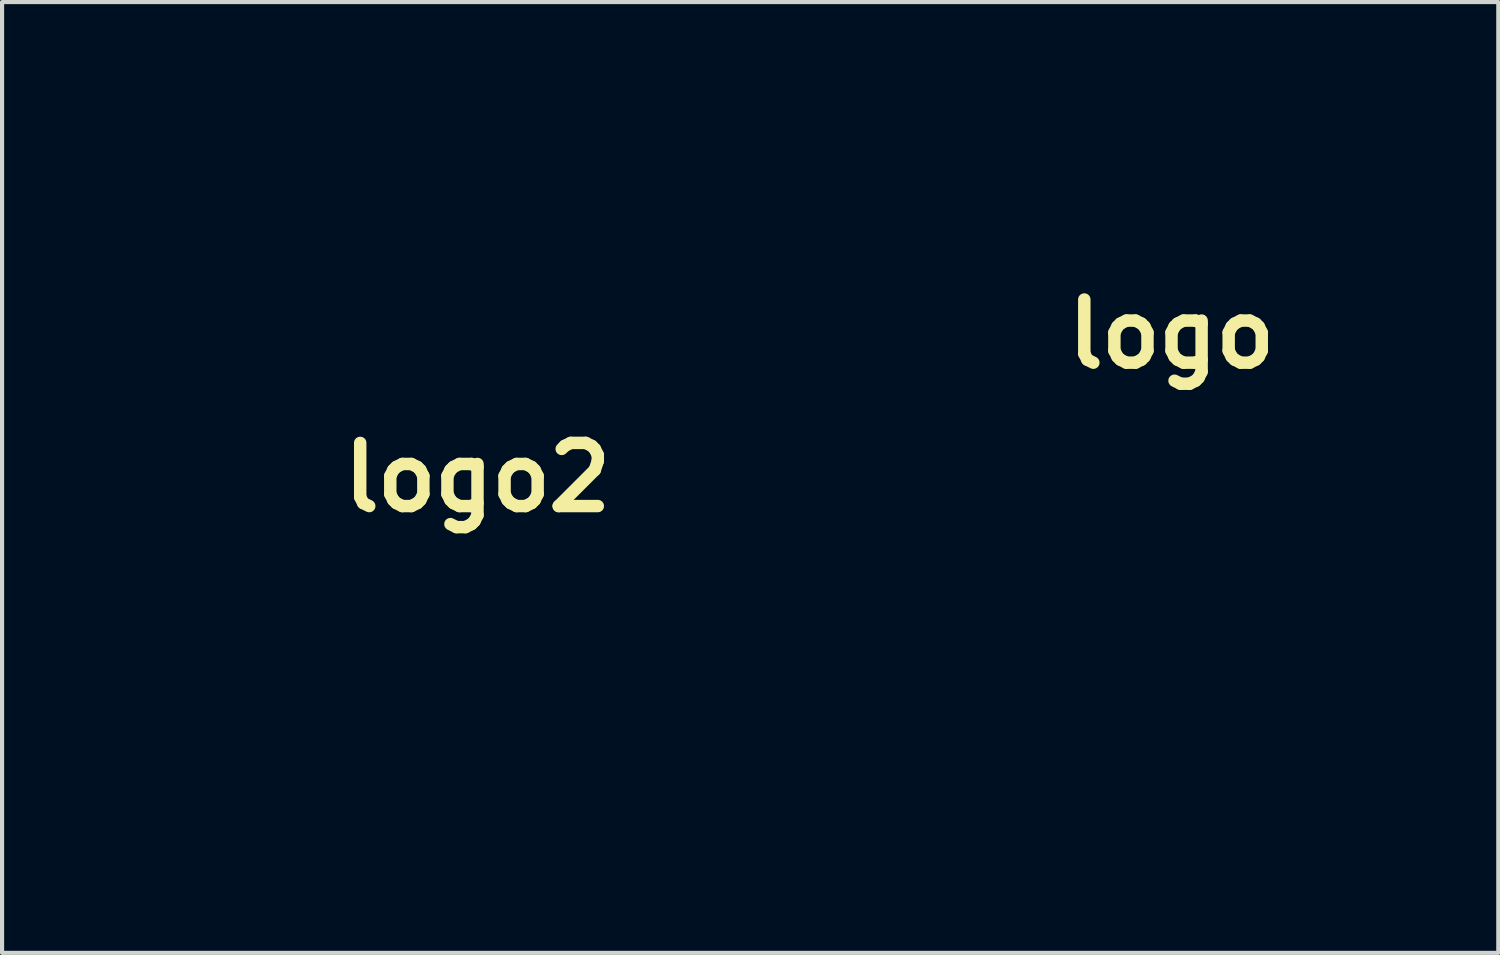
<source format=kicad_pcb>
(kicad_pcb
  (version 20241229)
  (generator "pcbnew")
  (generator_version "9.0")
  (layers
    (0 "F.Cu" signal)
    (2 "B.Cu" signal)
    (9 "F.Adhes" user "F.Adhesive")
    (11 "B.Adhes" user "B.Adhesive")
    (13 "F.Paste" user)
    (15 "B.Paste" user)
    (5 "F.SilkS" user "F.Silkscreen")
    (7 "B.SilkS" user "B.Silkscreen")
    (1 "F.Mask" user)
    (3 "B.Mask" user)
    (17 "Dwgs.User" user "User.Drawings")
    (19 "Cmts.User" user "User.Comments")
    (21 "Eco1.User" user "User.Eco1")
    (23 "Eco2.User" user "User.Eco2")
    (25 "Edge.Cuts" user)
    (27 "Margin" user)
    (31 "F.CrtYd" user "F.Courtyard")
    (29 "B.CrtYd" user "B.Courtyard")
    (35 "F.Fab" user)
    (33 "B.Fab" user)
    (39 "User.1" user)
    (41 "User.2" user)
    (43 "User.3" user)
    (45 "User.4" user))
  (footprint "logo2"
    (layer "F.Cu")
    (at 8.472 8.472)
    (property "Reference" "logo2" (at 0 0 0) (layer "F.SilkS") (effects (font (size 1.524 1.524) (thickness 0.3))))
    (attr through_hole)
    (fp_poly (pts (xy 0.448 -2.635) (xy 1.042 -2.424) (xy 1.588 -2.068) (xy 1.639 -2.025) (xy 1.957 -1.677) (xy 2.24 -1.242) (xy 2.298 -1.132) (xy 2.523 -0.494) (xy 2.588 0.158) (xy 2.496 0.799) (xy 2.252 1.403) (xy 1.86 1.946) (xy 1.778 2.032) (xy 1.486 2.278) (xy 1.142 2.505) (xy 0.973 2.593) (xy 0.562 2.733) (xy 0.086 2.822) (xy -0.386 2.85) (xy -0.783 2.811) (xy -0.814 2.804) (xy -1.427 2.562) (xy -1.976 2.184) (xy -2.43 1.698) (xy -2.758 1.131) (xy -2.798 1.033) (xy -2.931 0.475) (xy -2.947 -0.138) (xy -2.85 -0.738) (xy -2.703 -1.143) (xy -2.354 -1.694) (xy -1.9 -2.131) (xy -1.368 -2.449) (xy -0.782 -2.643) (xy -0.168 -2.706) (xy 0.448 -2.635)) (stroke (width 0.01) (type solid)) (fill no) (layer "Eco2.User"))
    (fp_poly (pts (xy 8.467 8.467) (xy -8.467 8.467) (xy -8.467 0.043) (xy -5.27 0.043) (xy -5.245 0.661) (xy -5.153 1.217) (xy -4.979 1.774) (xy -4.723 2.365) (xy -4.281 3.1) (xy -3.706 3.753) (xy -3.019 4.304) (xy -2.244 4.737) (xy -1.402 5.032) (xy -1.396 5.034) (xy -0.855 5.121) (xy -0.225 5.143) (xy 0.427 5.104) (xy 1.037 5.008) (xy 1.46 4.888) (xy 2.302 4.496) (xy 3.045 3.982) (xy 3.677 3.363) (xy 4.189 2.655) (xy 4.569 1.873) (xy 4.807 1.035) (xy 4.892 0.155) (xy 4.88 -0.212) (xy 4.842 -0.595) (xy 4.786 -0.968) (xy 4.724 -1.254) (xy 4.72 -1.27) (xy 4.607 -1.651) (xy 4.103 -1.624) (xy 3.779 -1.62) (xy 3.548 -1.664) (xy 3.339 -1.77) (xy 3.302 -1.795) (xy 2.964 -2.113) (xy 2.77 -2.502) (xy 2.727 -2.938) (xy 2.842 -3.392) (xy 2.889 -3.491) (xy 3.069 -3.843) (xy 2.825 -4.043) (xy 2.225 -4.438) (xy 1.513 -4.738) (xy 0.728 -4.933) (xy -0.095 -5.009) (xy -0.212 -5.009) (xy -1.111 -4.94) (xy -1.92 -4.737) (xy -2.663 -4.391) (xy -3.362 -3.891) (xy -3.769 -3.515) (xy -4.375 -2.813) (xy -4.819 -2.072) (xy -5.109 -1.275) (xy -5.252 -0.408) (xy -5.27 0.043) (xy -8.467 0.043) (xy -8.467 -8.467) (xy 8.467 -8.467) (xy 8.467 8.467)) (stroke (width 0.01) (type solid)) (fill no) (layer "Eco2.User")))
  (footprint "logo"
    (layer "F.Cu")
    (at 25.219 5.012)
    (property "Reference" "logo" (at 0 0 0) (layer "F.SilkS") (effects (font (size 1.524 1.524) (thickness 0.3))))
    (attr through_hole)
    (fp_poly (pts (xy 0.618 -4.948) (xy 1.413 -4.769) (xy 2.137 -4.483) (xy 2.754 -4.1) (xy 2.825 -4.043) (xy 3.069 -3.843) (xy 2.889 -3.491) (xy 2.739 -3.036) (xy 2.748 -2.595) (xy 2.908 -2.193) (xy 3.215 -1.858) (xy 3.301 -1.796) (xy 3.519 -1.677) (xy 3.752 -1.623) (xy 4.074 -1.618) (xy 4.103 -1.619) (xy 4.61 -1.64) (xy 4.721 -1.264) (xy 4.782 -0.991) (xy 4.838 -0.625) (xy 4.878 -0.24) (xy 4.88 -0.212) (xy 4.861 0.68) (xy 4.684 1.537) (xy 4.361 2.344) (xy 3.901 3.084) (xy 3.317 3.741) (xy 2.617 4.3) (xy 1.815 4.744) (xy 1.46 4.888) (xy 0.934 5.029) (xy 0.312 5.116) (xy -0.341 5.144) (xy -0.96 5.11) (xy -1.396 5.034) (xy -2.238 4.74) (xy -3.014 4.308) (xy -3.701 3.757) (xy -4.278 3.105) (xy -4.72 2.37) (xy -4.723 2.365) (xy -4.989 1.746) (xy -5.159 1.19) (xy -5.248 0.633) (xy -5.27 0.043) (xy -5.266 -0.018) (xy -2.955 -0.018) (xy -2.916 0.582) (xy -2.798 1.033) (xy -2.493 1.611) (xy -2.057 2.112) (xy -1.521 2.509) (xy -0.917 2.775) (xy -0.814 2.804) (xy -0.428 2.85) (xy 0.039 2.827) (xy 0.518 2.744) (xy 0.939 2.609) (xy 0.973 2.593) (xy 1.512 2.259) (xy 1.978 1.798) (xy 2.33 1.25) (xy 2.355 1.198) (xy 2.486 0.869) (xy 2.554 0.549) (xy 2.578 0.156) (xy 2.578 0.081) (xy 2.568 -0.293) (xy 2.522 -0.582) (xy 2.422 -0.867) (xy 2.303 -1.121) (xy 1.925 -1.72) (xy 1.453 -2.181) (xy 0.897 -2.498) (xy 0.264 -2.667) (xy -0.339 -2.688) (xy -1.031 -2.571) (xy -1.643 -2.31) (xy -2.162 -1.915) (xy -2.574 -1.393) (xy -2.707 -1.147) (xy -2.885 -0.616) (xy -2.955 -0.018) (xy -5.266 -0.018) (xy -5.196 -0.865) (xy -4.978 -1.695) (xy -4.609 -2.461) (xy -4.083 -3.18) (xy -3.769 -3.515) (xy -3.084 -4.111) (xy -2.371 -4.548) (xy -1.605 -4.835) (xy -0.764 -4.982) (xy -0.211 -5.007) (xy 0.618 -4.948)) (stroke (width 0.01) (type solid)) (fill no) (layer "Eco2.User")))
  (gr_rect
    (start -3 -3)
    (end 33.104 19.943)
    (stroke (width 0.1) (type default))
    (fill no)
    (layer "Edge.Cuts")))
</source>
